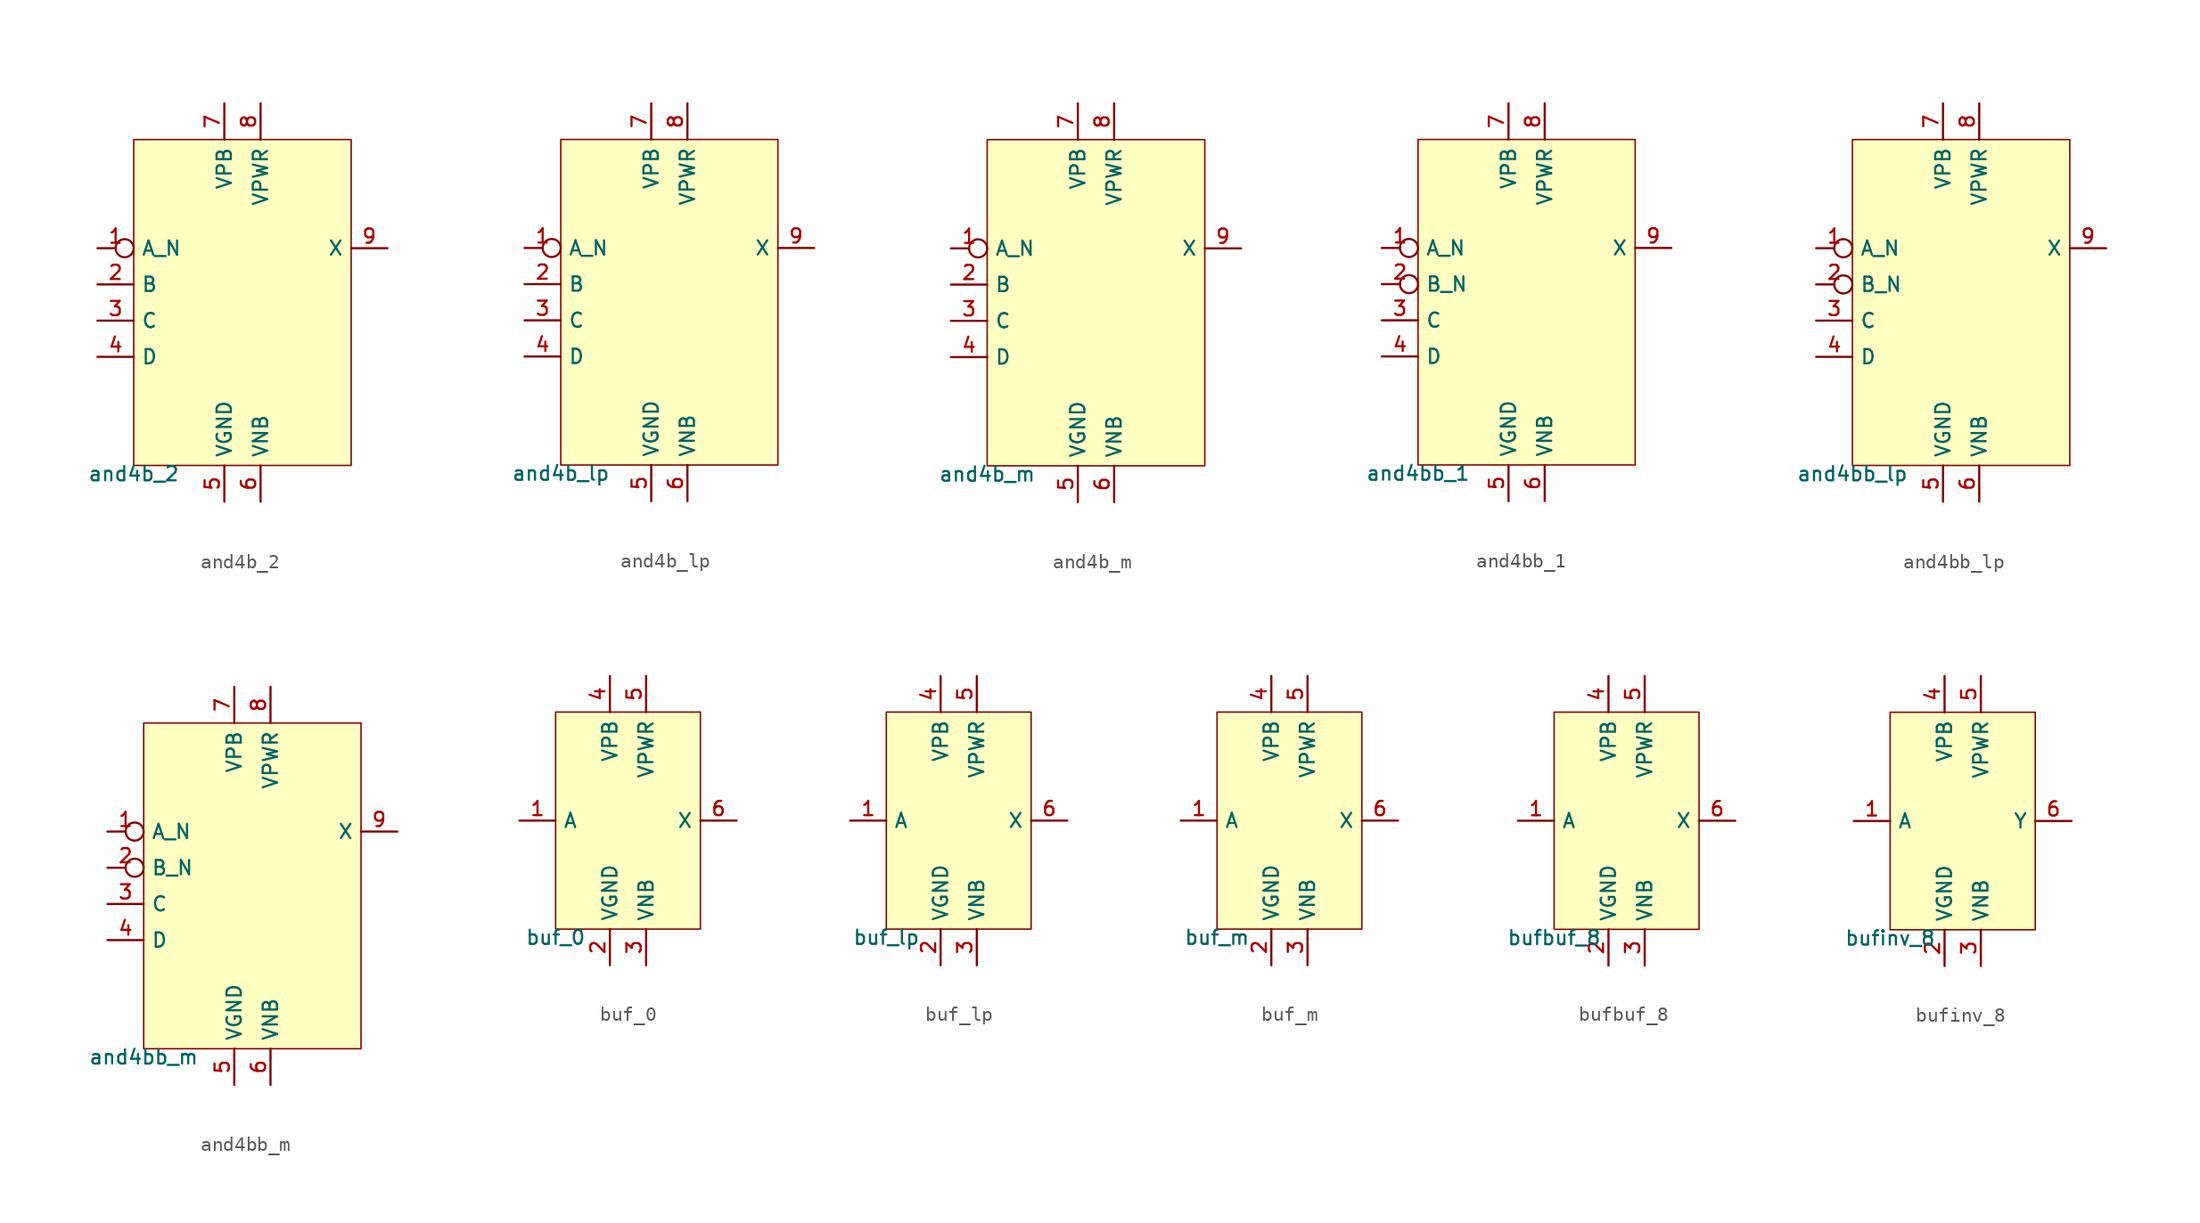
<source format=kicad_sym>
(kicad_symbol_lib
  (version 20211014)
  (generator pdk2kicad)
  (symbol "and4b_2"
    (property "Reference" "X"
      (at 0 0 0)
      (effects (font (size 1 1)) hide))
    (property "Value" "and4b_2"
      (at -7.62 -11.43 0)
      (effects (font (size 1 1)) (justify top)))
    (rectangle
      (start -7.62 -11.43)
      (end 7.62 11.43)
      (stroke (width 0.1) (type solid) (color 0 0 0 0))
      (fill (type background)))
    (pin input inverted
      (at -10.16 3.81 0)
      (length 2.54)
      (name "A_N" (effects (font (size 1 1)) hide))
      (number "1" (effects (font (size 1 1)) hide)))
    (pin input line
      (at -10.16 1.27 0)
      (length 2.54)
      (name "B" (effects (font (size 1 1)) hide))
      (number "2" (effects (font (size 1 1)) hide)))
    (pin input line
      (at -10.16 -1.27 0)
      (length 2.54)
      (name "C" (effects (font (size 1 1)) hide))
      (number "3" (effects (font (size 1 1)) hide)))
    (pin input line
      (at -10.16 -3.81 0)
      (length 2.54)
      (name "D" (effects (font (size 1 1)) hide))
      (number "4" (effects (font (size 1 1)) hide)))
    (pin power_in line
      (at -1.27 -13.97 90)
      (length 2.54)
      (name "VGND" (effects (font (size 1 1)) hide))
      (number "5" (effects (font (size 1 1)) hide)))
    (pin power_in line
      (at 1.27 -13.97 90)
      (length 2.54)
      (name "VNB" (effects (font (size 1 1)) hide))
      (number "6" (effects (font (size 1 1)) hide)))
    (pin power_in line
      (at -1.27 13.97 270)
      (length 2.54)
      (name "VPB" (effects (font (size 1 1)) hide))
      (number "7" (effects (font (size 1 1)) hide)))
    (pin power_in line
      (at 1.27 13.97 270)
      (length 2.54)
      (name "VPWR" (effects (font (size 1 1)) hide))
      (number "8" (effects (font (size 1 1)) hide)))
    (pin output line
      (at 10.16 3.81 180)
      (length 2.54)
      (name "X" (effects (font (size 1 1)) hide))
      (number "9" (effects (font (size 1 1)) hide))))
  (symbol "and4b_lp"
    (property "Reference" "X"
      (at 0 0 0)
      (effects (font (size 1 1)) hide))
    (property "Value" "and4b_lp"
      (at -7.62 -11.43 0)
      (effects (font (size 1 1)) (justify top)))
    (rectangle
      (start -7.62 -11.43)
      (end 7.62 11.43)
      (stroke (width 0.1) (type solid) (color 0 0 0 0))
      (fill (type background)))
    (pin input inverted
      (at -10.16 3.81 0)
      (length 2.54)
      (name "A_N" (effects (font (size 1 1)) hide))
      (number "1" (effects (font (size 1 1)) hide)))
    (pin input line
      (at -10.16 1.27 0)
      (length 2.54)
      (name "B" (effects (font (size 1 1)) hide))
      (number "2" (effects (font (size 1 1)) hide)))
    (pin input line
      (at -10.16 -1.27 0)
      (length 2.54)
      (name "C" (effects (font (size 1 1)) hide))
      (number "3" (effects (font (size 1 1)) hide)))
    (pin input line
      (at -10.16 -3.81 0)
      (length 2.54)
      (name "D" (effects (font (size 1 1)) hide))
      (number "4" (effects (font (size 1 1)) hide)))
    (pin power_in line
      (at -1.27 -13.97 90)
      (length 2.54)
      (name "VGND" (effects (font (size 1 1)) hide))
      (number "5" (effects (font (size 1 1)) hide)))
    (pin power_in line
      (at 1.27 -13.97 90)
      (length 2.54)
      (name "VNB" (effects (font (size 1 1)) hide))
      (number "6" (effects (font (size 1 1)) hide)))
    (pin power_in line
      (at -1.27 13.97 270)
      (length 2.54)
      (name "VPB" (effects (font (size 1 1)) hide))
      (number "7" (effects (font (size 1 1)) hide)))
    (pin power_in line
      (at 1.27 13.97 270)
      (length 2.54)
      (name "VPWR" (effects (font (size 1 1)) hide))
      (number "8" (effects (font (size 1 1)) hide)))
    (pin output line
      (at 10.16 3.81 180)
      (length 2.54)
      (name "X" (effects (font (size 1 1)) hide))
      (number "9" (effects (font (size 1 1)) hide))))
  (symbol "and4b_m"
    (property "Reference" "X"
      (at 0 0 0)
      (effects (font (size 1 1)) hide))
    (property "Value" "and4b_m"
      (at -7.62 -11.43 0)
      (effects (font (size 1 1)) (justify top)))
    (rectangle
      (start -7.62 -11.43)
      (end 7.62 11.43)
      (stroke (width 0.1) (type solid) (color 0 0 0 0))
      (fill (type background)))
    (pin input inverted
      (at -10.16 3.81 0)
      (length 2.54)
      (name "A_N" (effects (font (size 1 1)) hide))
      (number "1" (effects (font (size 1 1)) hide)))
    (pin input line
      (at -10.16 1.27 0)
      (length 2.54)
      (name "B" (effects (font (size 1 1)) hide))
      (number "2" (effects (font (size 1 1)) hide)))
    (pin input line
      (at -10.16 -1.27 0)
      (length 2.54)
      (name "C" (effects (font (size 1 1)) hide))
      (number "3" (effects (font (size 1 1)) hide)))
    (pin input line
      (at -10.16 -3.81 0)
      (length 2.54)
      (name "D" (effects (font (size 1 1)) hide))
      (number "4" (effects (font (size 1 1)) hide)))
    (pin power_in line
      (at -1.27 -13.97 90)
      (length 2.54)
      (name "VGND" (effects (font (size 1 1)) hide))
      (number "5" (effects (font (size 1 1)) hide)))
    (pin power_in line
      (at 1.27 -13.97 90)
      (length 2.54)
      (name "VNB" (effects (font (size 1 1)) hide))
      (number "6" (effects (font (size 1 1)) hide)))
    (pin power_in line
      (at -1.27 13.97 270)
      (length 2.54)
      (name "VPB" (effects (font (size 1 1)) hide))
      (number "7" (effects (font (size 1 1)) hide)))
    (pin power_in line
      (at 1.27 13.97 270)
      (length 2.54)
      (name "VPWR" (effects (font (size 1 1)) hide))
      (number "8" (effects (font (size 1 1)) hide)))
    (pin output line
      (at 10.16 3.81 180)
      (length 2.54)
      (name "X" (effects (font (size 1 1)) hide))
      (number "9" (effects (font (size 1 1)) hide))))
  (symbol "and4bb_1"
    (property "Reference" "X"
      (at 0 0 0)
      (effects (font (size 1 1)) hide))
    (property "Value" "and4bb_1"
      (at -7.62 -11.43 0)
      (effects (font (size 1 1)) (justify top)))
    (rectangle
      (start -7.62 -11.43)
      (end 7.62 11.43)
      (stroke (width 0.1) (type solid) (color 0 0 0 0))
      (fill (type background)))
    (pin input inverted
      (at -10.16 3.81 0)
      (length 2.54)
      (name "A_N" (effects (font (size 1 1)) hide))
      (number "1" (effects (font (size 1 1)) hide)))
    (pin input inverted
      (at -10.16 1.27 0)
      (length 2.54)
      (name "B_N" (effects (font (size 1 1)) hide))
      (number "2" (effects (font (size 1 1)) hide)))
    (pin input line
      (at -10.16 -1.27 0)
      (length 2.54)
      (name "C" (effects (font (size 1 1)) hide))
      (number "3" (effects (font (size 1 1)) hide)))
    (pin input line
      (at -10.16 -3.81 0)
      (length 2.54)
      (name "D" (effects (font (size 1 1)) hide))
      (number "4" (effects (font (size 1 1)) hide)))
    (pin power_in line
      (at -1.27 -13.97 90)
      (length 2.54)
      (name "VGND" (effects (font (size 1 1)) hide))
      (number "5" (effects (font (size 1 1)) hide)))
    (pin power_in line
      (at 1.27 -13.97 90)
      (length 2.54)
      (name "VNB" (effects (font (size 1 1)) hide))
      (number "6" (effects (font (size 1 1)) hide)))
    (pin power_in line
      (at -1.27 13.97 270)
      (length 2.54)
      (name "VPB" (effects (font (size 1 1)) hide))
      (number "7" (effects (font (size 1 1)) hide)))
    (pin power_in line
      (at 1.27 13.97 270)
      (length 2.54)
      (name "VPWR" (effects (font (size 1 1)) hide))
      (number "8" (effects (font (size 1 1)) hide)))
    (pin output line
      (at 10.16 3.81 180)
      (length 2.54)
      (name "X" (effects (font (size 1 1)) hide))
      (number "9" (effects (font (size 1 1)) hide))))
  (symbol "and4bb_lp"
    (property "Reference" "X"
      (at 0 0 0)
      (effects (font (size 1 1)) hide))
    (property "Value" "and4bb_lp"
      (at -7.62 -11.43 0)
      (effects (font (size 1 1)) (justify top)))
    (rectangle
      (start -7.62 -11.43)
      (end 7.62 11.43)
      (stroke (width 0.1) (type solid) (color 0 0 0 0))
      (fill (type background)))
    (pin input inverted
      (at -10.16 3.81 0)
      (length 2.54)
      (name "A_N" (effects (font (size 1 1)) hide))
      (number "1" (effects (font (size 1 1)) hide)))
    (pin input inverted
      (at -10.16 1.27 0)
      (length 2.54)
      (name "B_N" (effects (font (size 1 1)) hide))
      (number "2" (effects (font (size 1 1)) hide)))
    (pin input line
      (at -10.16 -1.27 0)
      (length 2.54)
      (name "C" (effects (font (size 1 1)) hide))
      (number "3" (effects (font (size 1 1)) hide)))
    (pin input line
      (at -10.16 -3.81 0)
      (length 2.54)
      (name "D" (effects (font (size 1 1)) hide))
      (number "4" (effects (font (size 1 1)) hide)))
    (pin power_in line
      (at -1.27 -13.97 90)
      (length 2.54)
      (name "VGND" (effects (font (size 1 1)) hide))
      (number "5" (effects (font (size 1 1)) hide)))
    (pin power_in line
      (at 1.27 -13.97 90)
      (length 2.54)
      (name "VNB" (effects (font (size 1 1)) hide))
      (number "6" (effects (font (size 1 1)) hide)))
    (pin power_in line
      (at -1.27 13.97 270)
      (length 2.54)
      (name "VPB" (effects (font (size 1 1)) hide))
      (number "7" (effects (font (size 1 1)) hide)))
    (pin power_in line
      (at 1.27 13.97 270)
      (length 2.54)
      (name "VPWR" (effects (font (size 1 1)) hide))
      (number "8" (effects (font (size 1 1)) hide)))
    (pin output line
      (at 10.16 3.81 180)
      (length 2.54)
      (name "X" (effects (font (size 1 1)) hide))
      (number "9" (effects (font (size 1 1)) hide))))
  (symbol "and4bb_m"
    (property "Reference" "X"
      (at 0 0 0)
      (effects (font (size 1 1)) hide))
    (property "Value" "and4bb_m"
      (at -7.62 -11.43 0)
      (effects (font (size 1 1)) (justify top)))
    (rectangle
      (start -7.62 -11.43)
      (end 7.62 11.43)
      (stroke (width 0.1) (type solid) (color 0 0 0 0))
      (fill (type background)))
    (pin input inverted
      (at -10.16 3.81 0)
      (length 2.54)
      (name "A_N" (effects (font (size 1 1)) hide))
      (number "1" (effects (font (size 1 1)) hide)))
    (pin input inverted
      (at -10.16 1.27 0)
      (length 2.54)
      (name "B_N" (effects (font (size 1 1)) hide))
      (number "2" (effects (font (size 1 1)) hide)))
    (pin input line
      (at -10.16 -1.27 0)
      (length 2.54)
      (name "C" (effects (font (size 1 1)) hide))
      (number "3" (effects (font (size 1 1)) hide)))
    (pin input line
      (at -10.16 -3.81 0)
      (length 2.54)
      (name "D" (effects (font (size 1 1)) hide))
      (number "4" (effects (font (size 1 1)) hide)))
    (pin power_in line
      (at -1.27 -13.97 90)
      (length 2.54)
      (name "VGND" (effects (font (size 1 1)) hide))
      (number "5" (effects (font (size 1 1)) hide)))
    (pin power_in line
      (at 1.27 -13.97 90)
      (length 2.54)
      (name "VNB" (effects (font (size 1 1)) hide))
      (number "6" (effects (font (size 1 1)) hide)))
    (pin power_in line
      (at -1.27 13.97 270)
      (length 2.54)
      (name "VPB" (effects (font (size 1 1)) hide))
      (number "7" (effects (font (size 1 1)) hide)))
    (pin power_in line
      (at 1.27 13.97 270)
      (length 2.54)
      (name "VPWR" (effects (font (size 1 1)) hide))
      (number "8" (effects (font (size 1 1)) hide)))
    (pin output line
      (at 10.16 3.81 180)
      (length 2.54)
      (name "X" (effects (font (size 1 1)) hide))
      (number "9" (effects (font (size 1 1)) hide))))
  (symbol "buf_0"
    (property "Reference" "X"
      (at 0 0 0)
      (effects (font (size 1 1)) hide))
    (property "Value" "buf_0"
      (at -5.08 -7.62 0)
      (effects (font (size 1 1)) (justify top)))
    (rectangle
      (start -5.08 -7.62)
      (end 5.08 7.62)
      (stroke (width 0.1) (type solid) (color 0 0 0 0))
      (fill (type background)))
    (pin input line
      (at -7.62 0.0 0)
      (length 2.54)
      (name "A" (effects (font (size 1 1)) hide))
      (number "1" (effects (font (size 1 1)) hide)))
    (pin power_in line
      (at -1.27 -10.16 90)
      (length 2.54)
      (name "VGND" (effects (font (size 1 1)) hide))
      (number "2" (effects (font (size 1 1)) hide)))
    (pin power_in line
      (at 1.27 -10.16 90)
      (length 2.54)
      (name "VNB" (effects (font (size 1 1)) hide))
      (number "3" (effects (font (size 1 1)) hide)))
    (pin power_in line
      (at -1.27 10.16 270)
      (length 2.54)
      (name "VPB" (effects (font (size 1 1)) hide))
      (number "4" (effects (font (size 1 1)) hide)))
    (pin power_in line
      (at 1.27 10.16 270)
      (length 2.54)
      (name "VPWR" (effects (font (size 1 1)) hide))
      (number "5" (effects (font (size 1 1)) hide)))
    (pin output line
      (at 7.62 0.0 180)
      (length 2.54)
      (name "X" (effects (font (size 1 1)) hide))
      (number "6" (effects (font (size 1 1)) hide))))
  (symbol "buf_lp"
    (property "Reference" "X"
      (at 0 0 0)
      (effects (font (size 1 1)) hide))
    (property "Value" "buf_lp"
      (at -5.08 -7.62 0)
      (effects (font (size 1 1)) (justify top)))
    (rectangle
      (start -5.08 -7.62)
      (end 5.08 7.62)
      (stroke (width 0.1) (type solid) (color 0 0 0 0))
      (fill (type background)))
    (pin input line
      (at -7.62 0.0 0)
      (length 2.54)
      (name "A" (effects (font (size 1 1)) hide))
      (number "1" (effects (font (size 1 1)) hide)))
    (pin power_in line
      (at -1.27 -10.16 90)
      (length 2.54)
      (name "VGND" (effects (font (size 1 1)) hide))
      (number "2" (effects (font (size 1 1)) hide)))
    (pin power_in line
      (at 1.27 -10.16 90)
      (length 2.54)
      (name "VNB" (effects (font (size 1 1)) hide))
      (number "3" (effects (font (size 1 1)) hide)))
    (pin power_in line
      (at -1.27 10.16 270)
      (length 2.54)
      (name "VPB" (effects (font (size 1 1)) hide))
      (number "4" (effects (font (size 1 1)) hide)))
    (pin power_in line
      (at 1.27 10.16 270)
      (length 2.54)
      (name "VPWR" (effects (font (size 1 1)) hide))
      (number "5" (effects (font (size 1 1)) hide)))
    (pin output line
      (at 7.62 0.0 180)
      (length 2.54)
      (name "X" (effects (font (size 1 1)) hide))
      (number "6" (effects (font (size 1 1)) hide))))
  (symbol "buf_m"
    (property "Reference" "X"
      (at 0 0 0)
      (effects (font (size 1 1)) hide))
    (property "Value" "buf_m"
      (at -5.08 -7.62 0)
      (effects (font (size 1 1)) (justify top)))
    (rectangle
      (start -5.08 -7.62)
      (end 5.08 7.62)
      (stroke (width 0.1) (type solid) (color 0 0 0 0))
      (fill (type background)))
    (pin input line
      (at -7.62 0.0 0)
      (length 2.54)
      (name "A" (effects (font (size 1 1)) hide))
      (number "1" (effects (font (size 1 1)) hide)))
    (pin power_in line
      (at -1.27 -10.16 90)
      (length 2.54)
      (name "VGND" (effects (font (size 1 1)) hide))
      (number "2" (effects (font (size 1 1)) hide)))
    (pin power_in line
      (at 1.27 -10.16 90)
      (length 2.54)
      (name "VNB" (effects (font (size 1 1)) hide))
      (number "3" (effects (font (size 1 1)) hide)))
    (pin power_in line
      (at -1.27 10.16 270)
      (length 2.54)
      (name "VPB" (effects (font (size 1 1)) hide))
      (number "4" (effects (font (size 1 1)) hide)))
    (pin power_in line
      (at 1.27 10.16 270)
      (length 2.54)
      (name "VPWR" (effects (font (size 1 1)) hide))
      (number "5" (effects (font (size 1 1)) hide)))
    (pin output line
      (at 7.62 0.0 180)
      (length 2.54)
      (name "X" (effects (font (size 1 1)) hide))
      (number "6" (effects (font (size 1 1)) hide))))
  (symbol "bufbuf_8"
    (property "Reference" "X"
      (at 0 0 0)
      (effects (font (size 1 1)) hide))
    (property "Value" "bufbuf_8"
      (at -5.08 -7.62 0)
      (effects (font (size 1 1)) (justify top)))
    (rectangle
      (start -5.08 -7.62)
      (end 5.08 7.62)
      (stroke (width 0.1) (type solid) (color 0 0 0 0))
      (fill (type background)))
    (pin input line
      (at -7.62 0.0 0)
      (length 2.54)
      (name "A" (effects (font (size 1 1)) hide))
      (number "1" (effects (font (size 1 1)) hide)))
    (pin power_in line
      (at -1.27 -10.16 90)
      (length 2.54)
      (name "VGND" (effects (font (size 1 1)) hide))
      (number "2" (effects (font (size 1 1)) hide)))
    (pin power_in line
      (at 1.27 -10.16 90)
      (length 2.54)
      (name "VNB" (effects (font (size 1 1)) hide))
      (number "3" (effects (font (size 1 1)) hide)))
    (pin power_in line
      (at -1.27 10.16 270)
      (length 2.54)
      (name "VPB" (effects (font (size 1 1)) hide))
      (number "4" (effects (font (size 1 1)) hide)))
    (pin power_in line
      (at 1.27 10.16 270)
      (length 2.54)
      (name "VPWR" (effects (font (size 1 1)) hide))
      (number "5" (effects (font (size 1 1)) hide)))
    (pin output line
      (at 7.62 0.0 180)
      (length 2.54)
      (name "X" (effects (font (size 1 1)) hide))
      (number "6" (effects (font (size 1 1)) hide))))
  (symbol "bufinv_8"
    (property "Reference" "X"
      (at 0 0 0)
      (effects (font (size 1 1)) hide))
    (property "Value" "bufinv_8"
      (at -5.08 -7.62 0)
      (effects (font (size 1 1)) (justify top)))
    (rectangle
      (start -5.08 -7.62)
      (end 5.08 7.62)
      (stroke (width 0.1) (type solid) (color 0 0 0 0))
      (fill (type background)))
    (pin input line
      (at -7.62 0.0 0)
      (length 2.54)
      (name "A" (effects (font (size 1 1)) hide))
      (number "1" (effects (font (size 1 1)) hide)))
    (pin power_in line
      (at -1.27 -10.16 90)
      (length 2.54)
      (name "VGND" (effects (font (size 1 1)) hide))
      (number "2" (effects (font (size 1 1)) hide)))
    (pin power_in line
      (at 1.27 -10.16 90)
      (length 2.54)
      (name "VNB" (effects (font (size 1 1)) hide))
      (number "3" (effects (font (size 1 1)) hide)))
    (pin power_in line
      (at -1.27 10.16 270)
      (length 2.54)
      (name "VPB" (effects (font (size 1 1)) hide))
      (number "4" (effects (font (size 1 1)) hide)))
    (pin power_in line
      (at 1.27 10.16 270)
      (length 2.54)
      (name "VPWR" (effects (font (size 1 1)) hide))
      (number "5" (effects (font (size 1 1)) hide)))
    (pin output line
      (at 7.62 0.0 180)
      (length 2.54)
      (name "Y" (effects (font (size 1 1)) hide))
      (number "6" (effects (font (size 1 1)) hide)))))
</source>
